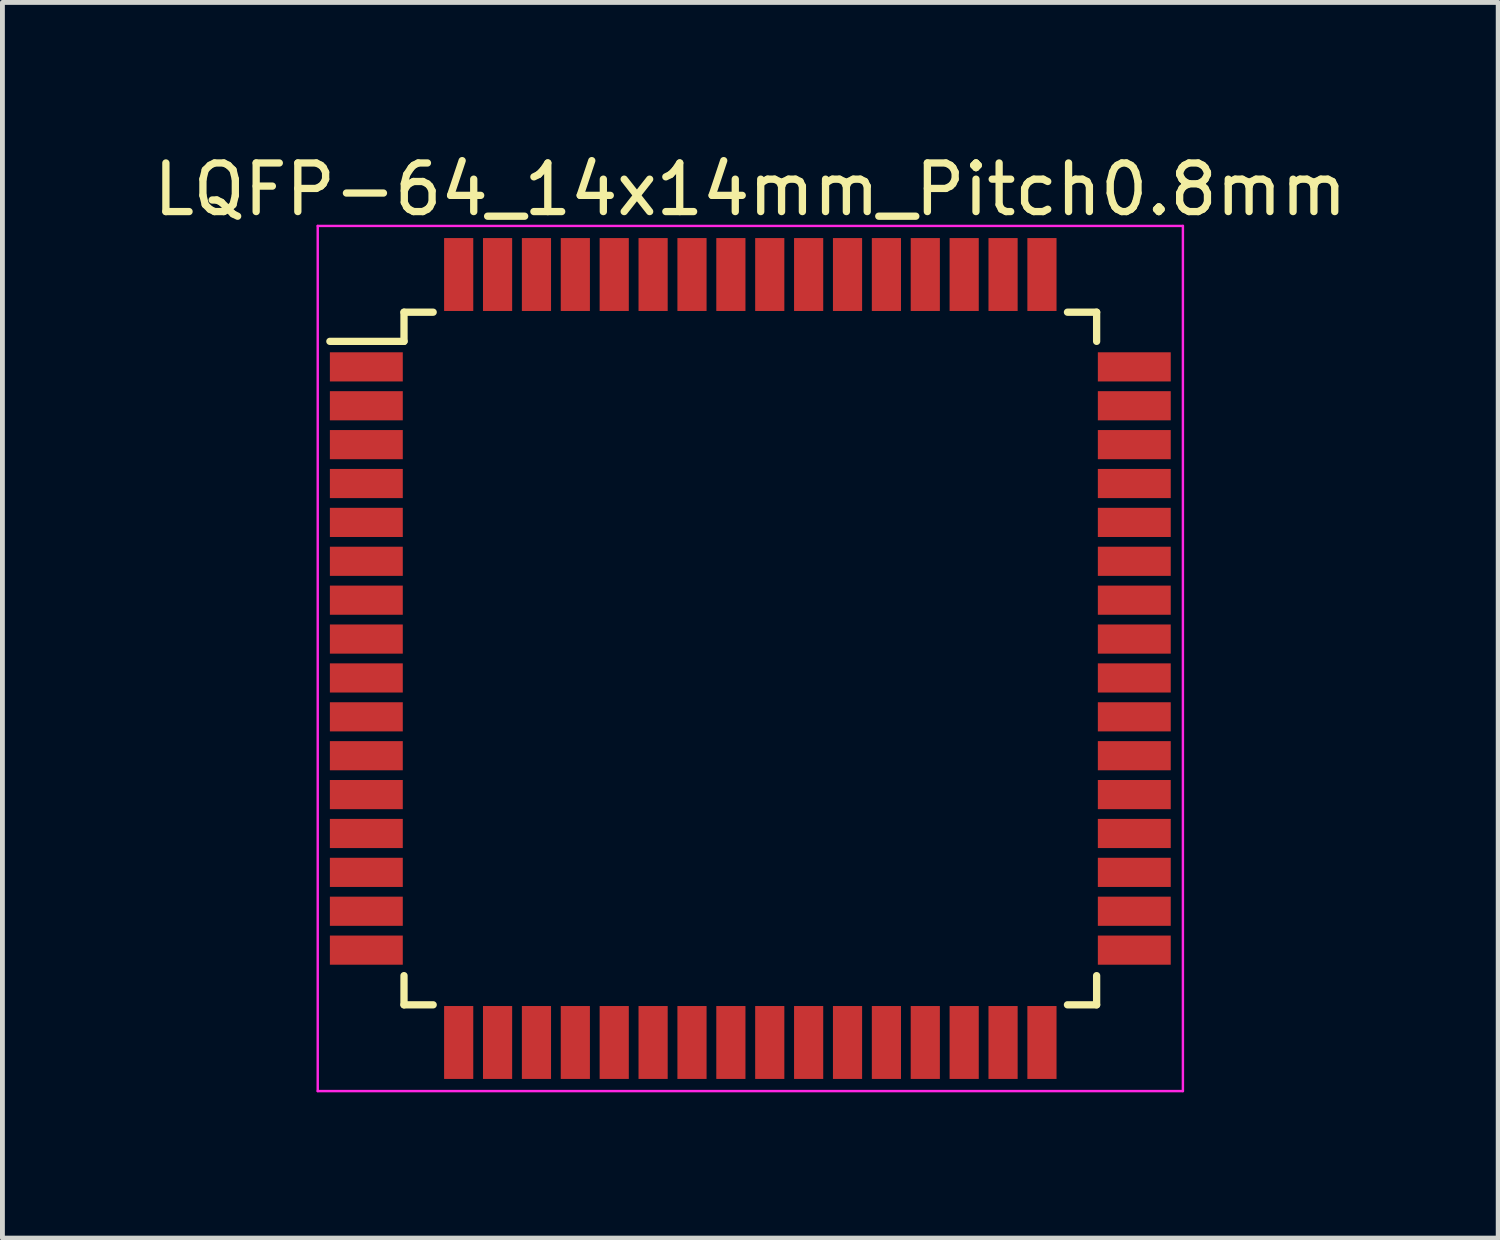
<source format=kicad_pcb>
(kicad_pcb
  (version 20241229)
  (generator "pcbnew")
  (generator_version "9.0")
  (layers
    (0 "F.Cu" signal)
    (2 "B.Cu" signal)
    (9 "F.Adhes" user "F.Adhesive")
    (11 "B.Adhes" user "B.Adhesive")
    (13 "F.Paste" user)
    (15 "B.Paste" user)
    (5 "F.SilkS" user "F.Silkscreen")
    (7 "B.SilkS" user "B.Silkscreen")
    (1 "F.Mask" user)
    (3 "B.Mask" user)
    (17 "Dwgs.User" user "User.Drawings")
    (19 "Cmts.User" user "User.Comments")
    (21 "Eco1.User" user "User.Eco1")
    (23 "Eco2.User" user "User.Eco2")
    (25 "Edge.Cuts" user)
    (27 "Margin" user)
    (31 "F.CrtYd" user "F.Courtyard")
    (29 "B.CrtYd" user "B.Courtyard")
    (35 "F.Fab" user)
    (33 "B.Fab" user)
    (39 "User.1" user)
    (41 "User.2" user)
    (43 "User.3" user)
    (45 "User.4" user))
  (footprint "LQFP-64_14x14mm_Pitch0.8mm"
    (layer "F.Cu")
    (at 12.387 10.498)
    (property "Reference" "LQFP-64_14x14mm_Pitch0.8mm" (at 0 -9.65 0) (layer "F.SilkS") (effects (font (size 1 1) (thickness 0.15))))
    (attr smd)
    (fp_line (start -7.125 -7.125) (end -7.125 -6.525) (stroke (width 0.15) (type solid)) (layer "F.SilkS"))
    (fp_line (start -7.125 -7.125) (end -6.525 -7.125) (stroke (width 0.15) (type solid)) (layer "F.SilkS"))
    (fp_line (start -7.125 -6.525) (end -8.65 -6.525) (stroke (width 0.15) (type solid)) (layer "F.SilkS"))
    (fp_line (start -7.125 7.125) (end -7.125 6.525) (stroke (width 0.15) (type solid)) (layer "F.SilkS"))
    (fp_line (start -7.125 7.125) (end -6.525 7.125) (stroke (width 0.15) (type solid)) (layer "F.SilkS"))
    (fp_line (start 7.125 -7.125) (end 6.525 -7.125) (stroke (width 0.15) (type solid)) (layer "F.SilkS"))
    (fp_line (start 7.125 -7.125) (end 7.125 -6.525) (stroke (width 0.15) (type solid)) (layer "F.SilkS"))
    (fp_line (start 7.125 7.125) (end 6.525 7.125) (stroke (width 0.15) (type solid)) (layer "F.SilkS"))
    (fp_line (start 7.125 7.125) (end 7.125 6.525) (stroke (width 0.15) (type solid)) (layer "F.SilkS"))
    (fp_line (start -8.9 -8.9) (end -8.9 8.9) (stroke (width 0.05) (type solid)) (layer "F.CrtYd"))
    (fp_line (start -8.9 -8.9) (end 8.9 -8.9) (stroke (width 0.05) (type solid)) (layer "F.CrtYd"))
    (fp_line (start -8.9 8.9) (end 8.9 8.9) (stroke (width 0.05) (type solid)) (layer "F.CrtYd"))
    (fp_line (start 8.9 -8.9) (end 8.9 8.9) (stroke (width 0.05) (type solid)) (layer "F.CrtYd"))
    (pad "1" smd rect (at -7.9 -6) (size 1.5 0.6) (layers "F.Cu" "F.Mask" "F.Paste"))
    (pad "2" smd rect (at -7.9 -5.2) (size 1.5 0.6) (layers "F.Cu" "F.Mask" "F.Paste"))
    (pad "3" smd rect (at -7.9 -4.4) (size 1.5 0.6) (layers "F.Cu" "F.Mask" "F.Paste"))
    (pad "4" smd rect (at -7.9 -3.6) (size 1.5 0.6) (layers "F.Cu" "F.Mask" "F.Paste"))
    (pad "5" smd rect (at -7.9 -2.8) (size 1.5 0.6) (layers "F.Cu" "F.Mask" "F.Paste"))
    (pad "6" smd rect (at -7.9 -2) (size 1.5 0.6) (layers "F.Cu" "F.Mask" "F.Paste"))
    (pad "7" smd rect (at -7.9 -1.2) (size 1.5 0.6) (layers "F.Cu" "F.Mask" "F.Paste"))
    (pad "8" smd rect (at -7.9 -0.4) (size 1.5 0.6) (layers "F.Cu" "F.Mask" "F.Paste"))
    (pad "9" smd rect (at -7.9 0.4) (size 1.5 0.6) (layers "F.Cu" "F.Mask" "F.Paste"))
    (pad "10" smd rect (at -7.9 1.2) (size 1.5 0.6) (layers "F.Cu" "F.Mask" "F.Paste"))
    (pad "11" smd rect (at -7.9 2) (size 1.5 0.6) (layers "F.Cu" "F.Mask" "F.Paste"))
    (pad "12" smd rect (at -7.9 2.8) (size 1.5 0.6) (layers "F.Cu" "F.Mask" "F.Paste"))
    (pad "13" smd rect (at -7.9 3.6) (size 1.5 0.6) (layers "F.Cu" "F.Mask" "F.Paste"))
    (pad "14" smd rect (at -7.9 4.4) (size 1.5 0.6) (layers "F.Cu" "F.Mask" "F.Paste"))
    (pad "15" smd rect (at -7.9 5.2) (size 1.5 0.6) (layers "F.Cu" "F.Mask" "F.Paste"))
    (pad "16" smd rect (at -7.9 6) (size 1.5 0.6) (layers "F.Cu" "F.Mask" "F.Paste"))
    (pad "17" smd rect (at -6 7.9 90) (size 1.5 0.6) (layers "F.Cu" "F.Mask" "F.Paste"))
    (pad "18" smd rect (at -5.2 7.9 90) (size 1.5 0.6) (layers "F.Cu" "F.Mask" "F.Paste"))
    (pad "19" smd rect (at -4.4 7.9 90) (size 1.5 0.6) (layers "F.Cu" "F.Mask" "F.Paste"))
    (pad "20" smd rect (at -3.6 7.9 90) (size 1.5 0.6) (layers "F.Cu" "F.Mask" "F.Paste"))
    (pad "21" smd rect (at -2.8 7.9 90) (size 1.5 0.6) (layers "F.Cu" "F.Mask" "F.Paste"))
    (pad "22" smd rect (at -2 7.9 90) (size 1.5 0.6) (layers "F.Cu" "F.Mask" "F.Paste"))
    (pad "23" smd rect (at -1.2 7.9 90) (size 1.5 0.6) (layers "F.Cu" "F.Mask" "F.Paste"))
    (pad "24" smd rect (at -0.4 7.9 90) (size 1.5 0.6) (layers "F.Cu" "F.Mask" "F.Paste"))
    (pad "25" smd rect (at 0.4 7.9 90) (size 1.5 0.6) (layers "F.Cu" "F.Mask" "F.Paste"))
    (pad "26" smd rect (at 1.2 7.9 90) (size 1.5 0.6) (layers "F.Cu" "F.Mask" "F.Paste"))
    (pad "27" smd rect (at 2 7.9 90) (size 1.5 0.6) (layers "F.Cu" "F.Mask" "F.Paste"))
    (pad "28" smd rect (at 2.8 7.9 90) (size 1.5 0.6) (layers "F.Cu" "F.Mask" "F.Paste"))
    (pad "29" smd rect (at 3.6 7.9 90) (size 1.5 0.6) (layers "F.Cu" "F.Mask" "F.Paste"))
    (pad "30" smd rect (at 4.4 7.9 90) (size 1.5 0.6) (layers "F.Cu" "F.Mask" "F.Paste"))
    (pad "31" smd rect (at 5.2 7.9 90) (size 1.5 0.6) (layers "F.Cu" "F.Mask" "F.Paste"))
    (pad "32" smd rect (at 6 7.9 90) (size 1.5 0.6) (layers "F.Cu" "F.Mask" "F.Paste"))
    (pad "33" smd rect (at 7.9 6) (size 1.5 0.6) (layers "F.Cu" "F.Mask" "F.Paste"))
    (pad "34" smd rect (at 7.9 5.2) (size 1.5 0.6) (layers "F.Cu" "F.Mask" "F.Paste"))
    (pad "35" smd rect (at 7.9 4.4) (size 1.5 0.6) (layers "F.Cu" "F.Mask" "F.Paste"))
    (pad "36" smd rect (at 7.9 3.6) (size 1.5 0.6) (layers "F.Cu" "F.Mask" "F.Paste"))
    (pad "37" smd rect (at 7.9 2.8) (size 1.5 0.6) (layers "F.Cu" "F.Mask" "F.Paste"))
    (pad "38" smd rect (at 7.9 2) (size 1.5 0.6) (layers "F.Cu" "F.Mask" "F.Paste"))
    (pad "39" smd rect (at 7.9 1.2) (size 1.5 0.6) (layers "F.Cu" "F.Mask" "F.Paste"))
    (pad "40" smd rect (at 7.9 0.4) (size 1.5 0.6) (layers "F.Cu" "F.Mask" "F.Paste"))
    (pad "41" smd rect (at 7.9 -0.4) (size 1.5 0.6) (layers "F.Cu" "F.Mask" "F.Paste"))
    (pad "42" smd rect (at 7.9 -1.2) (size 1.5 0.6) (layers "F.Cu" "F.Mask" "F.Paste"))
    (pad "43" smd rect (at 7.9 -2) (size 1.5 0.6) (layers "F.Cu" "F.Mask" "F.Paste"))
    (pad "44" smd rect (at 7.9 -2.8) (size 1.5 0.6) (layers "F.Cu" "F.Mask" "F.Paste"))
    (pad "45" smd rect (at 7.9 -3.6) (size 1.5 0.6) (layers "F.Cu" "F.Mask" "F.Paste"))
    (pad "46" smd rect (at 7.9 -4.4) (size 1.5 0.6) (layers "F.Cu" "F.Mask" "F.Paste"))
    (pad "47" smd rect (at 7.9 -5.2) (size 1.5 0.6) (layers "F.Cu" "F.Mask" "F.Paste"))
    (pad "48" smd rect (at 7.9 -6) (size 1.5 0.6) (layers "F.Cu" "F.Mask" "F.Paste"))
    (pad "49" smd rect (at 6 -7.9 90) (size 1.5 0.6) (layers "F.Cu" "F.Mask" "F.Paste"))
    (pad "50" smd rect (at 5.2 -7.9 90) (size 1.5 0.6) (layers "F.Cu" "F.Mask" "F.Paste"))
    (pad "51" smd rect (at 4.4 -7.9 90) (size 1.5 0.6) (layers "F.Cu" "F.Mask" "F.Paste"))
    (pad "52" smd rect (at 3.6 -7.9 90) (size 1.5 0.6) (layers "F.Cu" "F.Mask" "F.Paste"))
    (pad "53" smd rect (at 2.8 -7.9 90) (size 1.5 0.6) (layers "F.Cu" "F.Mask" "F.Paste"))
    (pad "54" smd rect (at 2 -7.9 90) (size 1.5 0.6) (layers "F.Cu" "F.Mask" "F.Paste"))
    (pad "55" smd rect (at 1.2 -7.9 90) (size 1.5 0.6) (layers "F.Cu" "F.Mask" "F.Paste"))
    (pad "56" smd rect (at 0.4 -7.9 90) (size 1.5 0.6) (layers "F.Cu" "F.Mask" "F.Paste"))
    (pad "57" smd rect (at -0.4 -7.9 90) (size 1.5 0.6) (layers "F.Cu" "F.Mask" "F.Paste"))
    (pad "58" smd rect (at -1.2 -7.9 90) (size 1.5 0.6) (layers "F.Cu" "F.Mask" "F.Paste"))
    (pad "59" smd rect (at -2 -7.9 90) (size 1.5 0.6) (layers "F.Cu" "F.Mask" "F.Paste"))
    (pad "60" smd rect (at -2.8 -7.9 90) (size 1.5 0.6) (layers "F.Cu" "F.Mask" "F.Paste"))
    (pad "61" smd rect (at -3.6 -7.9 90) (size 1.5 0.6) (layers "F.Cu" "F.Mask" "F.Paste"))
    (pad "62" smd rect (at -4.4 -7.9 90) (size 1.5 0.6) (layers "F.Cu" "F.Mask" "F.Paste"))
    (pad "63" smd rect (at -5.2 -7.9 90) (size 1.5 0.6) (layers "F.Cu" "F.Mask" "F.Paste"))
    (pad "64" smd rect (at -6 -7.9 90) (size 1.5 0.6) (layers "F.Cu" "F.Mask" "F.Paste")))
  (gr_rect
    (start -3 -3)
    (end 27.774 22.423)
    (stroke (width 0.1) (type default))
    (fill no)
    (layer "Edge.Cuts")))
</source>
